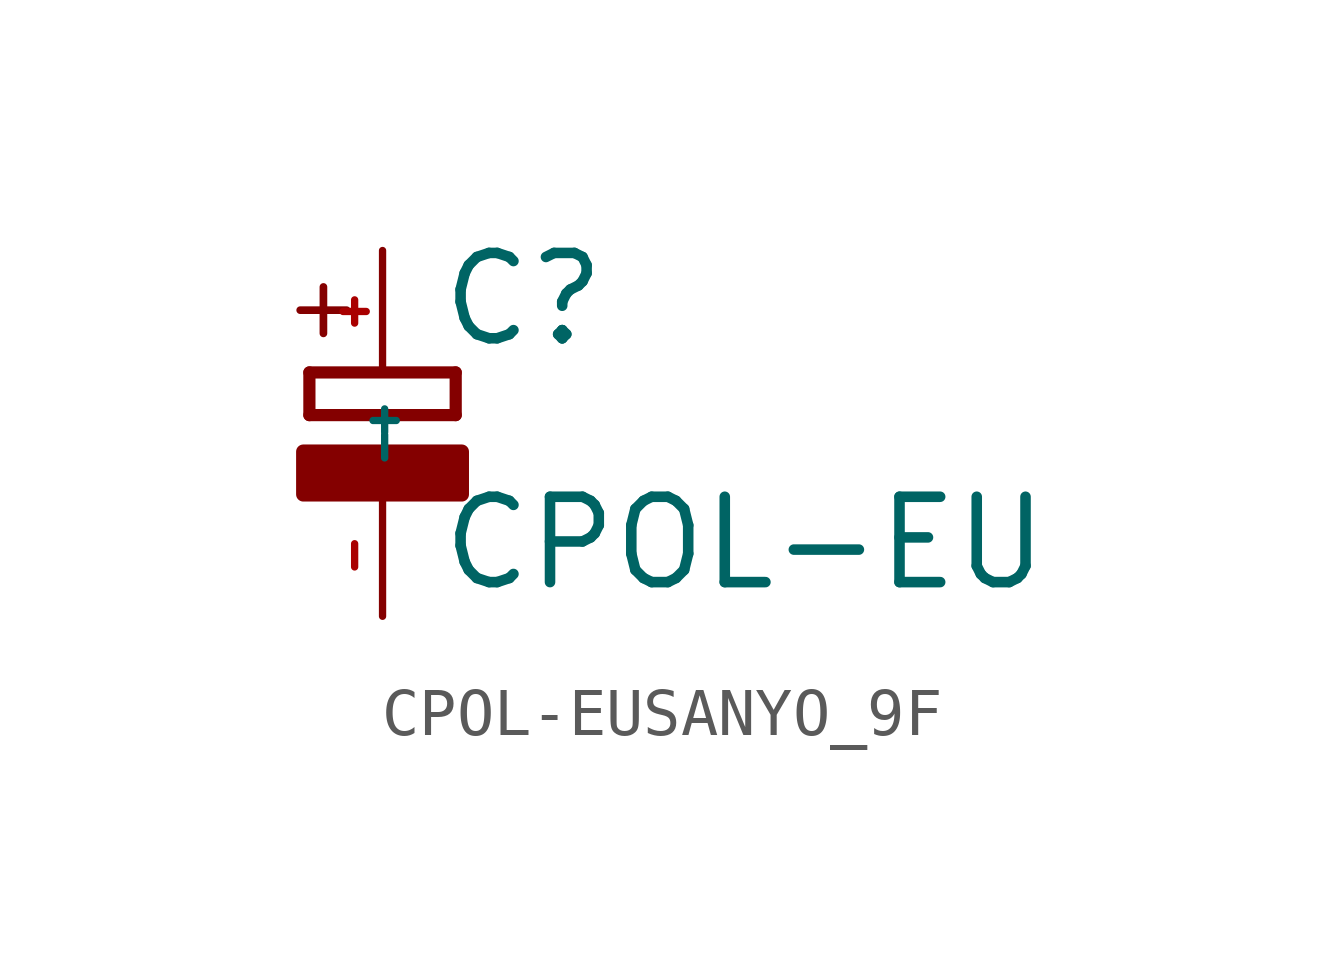
<source format=kicad_sym>
(kicad_symbol_lib
  (version 20220914)
  (generator Eagle2Kicad)
  (symbol "CPOL-EUSANYO_9F"
    (property "Reference" "C"
      (at 1.143 0.483 0)
      (effects (font (size 1.778 1.778) (thickness 0.22)) (justify left bottom)))
    (property "Value" "CPOL-EU"
      (at 1.143 -4.597 0)
      (effects (font (size 1.778 1.778) (thickness 0.22)) (justify left bottom)))
    (polyline
      (pts (xy -1.524 -0.889) (xy 1.524 -0.889))
      (stroke (width 0.254) (type default))
      (fill (type none)))
    (polyline
      (pts (xy 1.524 -0.889) (xy 1.524 0))
      (stroke (width 0.254) (type default))
      (fill (type none)))
    (polyline
      (pts (xy -1.524 0) (xy -1.524 -0.889))
      (stroke (width 0.254) (type default))
      (fill (type none)))
    (polyline
      (pts (xy -1.524 0) (xy 1.524 0))
      (stroke (width 0.254) (type default))
      (fill (type none)))
    (text "+"
      (at -0.584 0.406 900)
      (effects (font (size 1.27 1.27) (thickness 0.16)) (justify left bottom)))
    (rectangle
      (start -1.651 -2.54)
      (end 1.651 -1.651)
      (stroke (width 0.3) (type default))
      (fill (type outline)))
    (pin passive line
      (at 0 -5.08 90)
      (length 2.54)
      (name "-" (effects (font (size 0.635 0.635) (thickness 0.08)) (justify left bottom)))
      (number "-" (effects (font (size 0.635 0.635) (thickness 0.08)) (justify left bottom))))
    (pin passive line
      (at 0 2.54 270)
      (length 2.54)
      (name "+" (effects (font (size 0.635 0.635) (thickness 0.08)) (justify left bottom)))
      (number "+" (effects (font (size 0.635 0.635) (thickness 0.08)) (justify left bottom))))))
</source>
